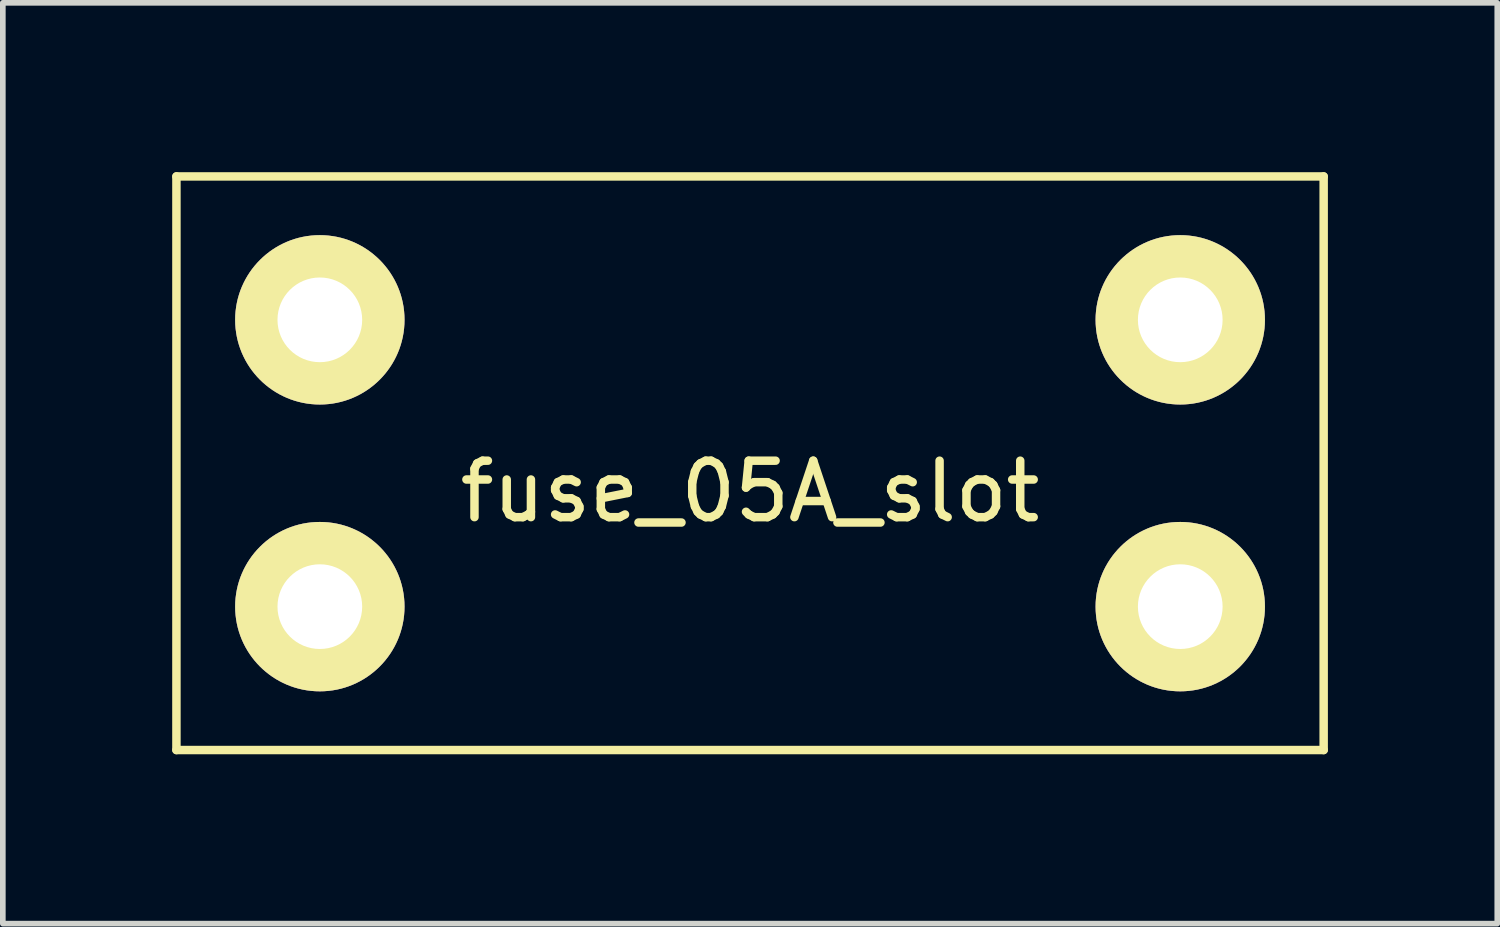
<source format=kicad_pcb>
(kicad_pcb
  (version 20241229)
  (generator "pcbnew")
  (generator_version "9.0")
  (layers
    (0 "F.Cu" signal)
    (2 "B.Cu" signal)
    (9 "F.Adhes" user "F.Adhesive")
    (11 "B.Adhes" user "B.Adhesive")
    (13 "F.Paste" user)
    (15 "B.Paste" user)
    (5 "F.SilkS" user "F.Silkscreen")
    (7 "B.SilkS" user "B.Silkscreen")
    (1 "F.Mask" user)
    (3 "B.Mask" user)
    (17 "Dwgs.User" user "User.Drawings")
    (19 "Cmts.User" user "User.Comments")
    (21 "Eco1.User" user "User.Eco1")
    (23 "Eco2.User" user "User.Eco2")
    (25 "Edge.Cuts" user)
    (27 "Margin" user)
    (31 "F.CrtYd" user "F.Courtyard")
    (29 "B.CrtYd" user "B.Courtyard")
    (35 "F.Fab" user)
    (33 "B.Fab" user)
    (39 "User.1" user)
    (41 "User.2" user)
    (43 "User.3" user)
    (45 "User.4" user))
  (footprint "fuse_05A_slot"
    (layer "F.Cu")
    (at 10.235 5.155)
    (property "Reference" "fuse_05A_slot" (at 0 0.5 0) (layer "F.SilkS") (effects (font (size 1 1) (thickness 0.15))))
    (attr through_hole)
    (fp_line (start -10.16 -5.08) (end -10.16 5.08) (stroke (width 0.15) (type solid)) (layer "F.SilkS"))
    (fp_line (start -10.16 5.08) (end 10.16 5.08) (stroke (width 0.15) (type solid)) (layer "F.SilkS"))
    (fp_line (start 10.16 -5.08) (end -10.16 -5.08) (stroke (width 0.15) (type solid)) (layer "F.SilkS"))
    (fp_line (start 10.16 5.08) (end 10.16 -5.08) (stroke (width 0.15) (type solid)) (layer "F.SilkS"))
    (pad "1" thru_hole circle (at -7.62 -2.54) (size 3 3) (drill 1.5) (layers "*.Cu" "*.Mask" "F.SilkS"))
    (pad "1" thru_hole circle (at -7.62 2.54) (size 3 3) (drill 1.5) (layers "*.Cu" "*.Mask" "F.SilkS"))
    (pad "2" thru_hole circle (at 7.62 -2.54) (size 3 3) (drill 1.5) (layers "*.Cu" "*.Mask" "F.SilkS"))
    (pad "2" thru_hole circle (at 7.62 2.54) (size 3 3) (drill 1.5) (layers "*.Cu" "*.Mask" "F.SilkS")))
  (gr_rect
    (start -3 -3)
    (end 23.47 13.31)
    (stroke (width 0.1) (type default))
    (fill no)
    (layer "Edge.Cuts")))
</source>
